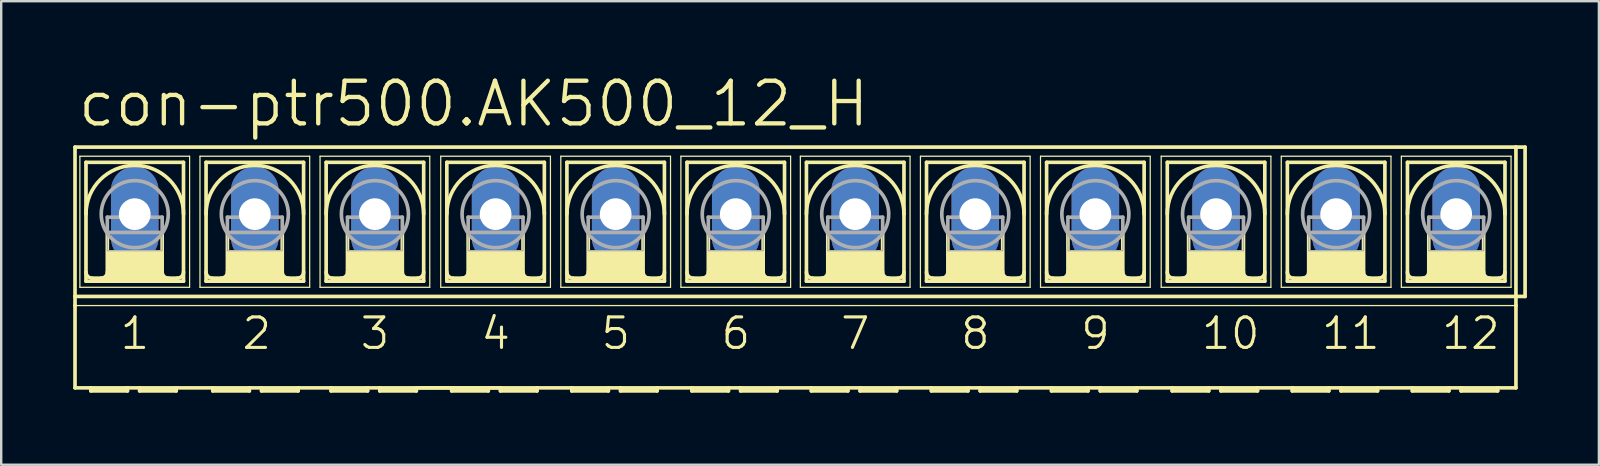
<source format=kicad_pcb>
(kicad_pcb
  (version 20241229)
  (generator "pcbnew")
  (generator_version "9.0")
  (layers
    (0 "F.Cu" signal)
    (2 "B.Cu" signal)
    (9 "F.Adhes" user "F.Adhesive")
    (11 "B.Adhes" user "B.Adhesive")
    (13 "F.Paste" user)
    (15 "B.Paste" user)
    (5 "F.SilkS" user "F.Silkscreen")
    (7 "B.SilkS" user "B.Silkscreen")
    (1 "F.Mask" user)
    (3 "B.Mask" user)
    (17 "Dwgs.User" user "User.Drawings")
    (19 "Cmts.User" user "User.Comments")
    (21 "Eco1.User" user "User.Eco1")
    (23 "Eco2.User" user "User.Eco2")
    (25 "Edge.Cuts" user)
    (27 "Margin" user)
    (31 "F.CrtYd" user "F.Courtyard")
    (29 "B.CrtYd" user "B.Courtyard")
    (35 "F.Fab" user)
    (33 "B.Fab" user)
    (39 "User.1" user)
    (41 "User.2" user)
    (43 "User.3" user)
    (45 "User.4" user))
  (footprint "con-ptr500.AK500_12_H"
    (layer "F.Cu")
    (at 30.099 5.874)
    (property "Reference" "con-ptr500.AK500_12_H" (at -29.997 -3.556 0) (layer "F.SilkS") (effects (font (size 1.778 1.778) (thickness 0.18)) (justify left bottom)))
    (attr through_hole)
    (fp_line (start -30.023 3.429) (end -30.023 -2.794) (stroke (width 0.152) (type default)) (layer "F.SilkS"))
    (fp_line (start -30.023 3.429) (end 30.023 3.429) (stroke (width 0.152) (type default)) (layer "F.SilkS"))
    (fp_line (start -30.023 3.81) (end -30.023 3.429) (stroke (width 0.152) (type default)) (layer "F.SilkS"))
    (fp_line (start -30.023 7.239) (end -30.023 3.81) (stroke (width 0.152) (type default)) (layer "F.SilkS"))
    (fp_line (start -30.023 7.239) (end -29.362 7.239) (stroke (width 0.152) (type default)) (layer "F.SilkS"))
    (fp_line (start -29.82 -2.413) (end -29.82 3.048) (stroke (width 0.051) (type default)) (layer "F.SilkS"))
    (fp_line (start -29.82 -2.413) (end -25.248 -2.413) (stroke (width 0.051) (type default)) (layer "F.SilkS"))
    (fp_line (start -29.566 2.794) (end -29.566 -2.159) (stroke (width 0.152) (type default)) (layer "F.SilkS"))
    (fp_line (start -29.566 2.794) (end -25.502 2.794) (stroke (width 0.152) (type default)) (layer "F.SilkS"))
    (fp_line (start -29.362 7.239) (end -27.838 7.239) (stroke (width 0.152) (type default)) (layer "F.SilkS"))
    (fp_line (start -29.362 7.366) (end -29.362 7.239) (stroke (width 0.152) (type default)) (layer "F.SilkS"))
    (fp_line (start -29.362 7.366) (end -27.838 7.366) (stroke (width 0.152) (type default)) (layer "F.SilkS"))
    (fp_line (start -28.677 0.762) (end -28.677 2.413) (stroke (width 0.152) (type default)) (layer "F.SilkS"))
    (fp_line (start -27.838 7.239) (end -27.838 7.366) (stroke (width 0.152) (type default)) (layer "F.SilkS"))
    (fp_line (start -27.838 7.239) (end -27.33 7.239) (stroke (width 0.152) (type default)) (layer "F.SilkS"))
    (fp_line (start -27.33 7.239) (end -25.806 7.239) (stroke (width 0.152) (type default)) (layer "F.SilkS"))
    (fp_line (start -27.33 7.366) (end -27.33 7.239) (stroke (width 0.152) (type default)) (layer "F.SilkS"))
    (fp_line (start -27.33 7.366) (end -25.806 7.366) (stroke (width 0.152) (type default)) (layer "F.SilkS"))
    (fp_line (start -26.391 0.762) (end -26.391 2.413) (stroke (width 0.152) (type default)) (layer "F.SilkS"))
    (fp_line (start -25.806 7.239) (end -24.282 7.239) (stroke (width 0.152) (type default)) (layer "F.SilkS"))
    (fp_line (start -25.806 7.366) (end -25.806 7.239) (stroke (width 0.152) (type default)) (layer "F.SilkS"))
    (fp_line (start -25.756 2.667) (end -29.312 2.667) (stroke (width 0.152) (type default)) (layer "F.SilkS"))
    (fp_line (start -25.502 -2.159) (end -29.566 -2.159) (stroke (width 0.152) (type default)) (layer "F.SilkS"))
    (fp_line (start -25.502 -2.159) (end -25.502 2.794) (stroke (width 0.152) (type default)) (layer "F.SilkS"))
    (fp_line (start -25.248 -2.413) (end -25.248 3.048) (stroke (width 0.051) (type default)) (layer "F.SilkS"))
    (fp_line (start -25.248 3.048) (end -29.82 3.048) (stroke (width 0.051) (type default)) (layer "F.SilkS"))
    (fp_line (start -24.816 -2.413) (end -24.816 3.048) (stroke (width 0.051) (type default)) (layer "F.SilkS"))
    (fp_line (start -24.816 -2.413) (end -20.244 -2.413) (stroke (width 0.051) (type default)) (layer "F.SilkS"))
    (fp_line (start -24.562 -2.159) (end -24.562 2.794) (stroke (width 0.152) (type default)) (layer "F.SilkS"))
    (fp_line (start -24.562 2.794) (end -20.498 2.794) (stroke (width 0.152) (type default)) (layer "F.SilkS"))
    (fp_line (start -24.282 7.239) (end -22.758 7.239) (stroke (width 0.152) (type default)) (layer "F.SilkS"))
    (fp_line (start -24.282 7.366) (end -24.282 7.239) (stroke (width 0.152) (type default)) (layer "F.SilkS"))
    (fp_line (start -24.282 7.366) (end -22.758 7.366) (stroke (width 0.152) (type default)) (layer "F.SilkS"))
    (fp_line (start -23.673 0.762) (end -23.673 2.413) (stroke (width 0.152) (type default)) (layer "F.SilkS"))
    (fp_line (start -22.758 7.239) (end -22.758 7.366) (stroke (width 0.152) (type default)) (layer "F.SilkS"))
    (fp_line (start -22.758 7.239) (end -22.25 7.239) (stroke (width 0.152) (type default)) (layer "F.SilkS"))
    (fp_line (start -22.25 7.239) (end -20.726 7.239) (stroke (width 0.152) (type default)) (layer "F.SilkS"))
    (fp_line (start -22.25 7.366) (end -22.25 7.239) (stroke (width 0.152) (type default)) (layer "F.SilkS"))
    (fp_line (start -22.25 7.366) (end -20.726 7.366) (stroke (width 0.152) (type default)) (layer "F.SilkS"))
    (fp_line (start -21.387 0.762) (end -21.387 2.413) (stroke (width 0.152) (type default)) (layer "F.SilkS"))
    (fp_line (start -20.752 2.667) (end -24.308 2.667) (stroke (width 0.152) (type default)) (layer "F.SilkS"))
    (fp_line (start -20.726 7.366) (end -20.726 7.239) (stroke (width 0.152) (type default)) (layer "F.SilkS"))
    (fp_line (start -20.498 -2.159) (end -24.562 -2.159) (stroke (width 0.152) (type default)) (layer "F.SilkS"))
    (fp_line (start -20.498 2.794) (end -20.498 -2.159) (stroke (width 0.152) (type default)) (layer "F.SilkS"))
    (fp_line (start -20.244 3.048) (end -24.816 3.048) (stroke (width 0.051) (type default)) (layer "F.SilkS"))
    (fp_line (start -20.244 3.048) (end -20.244 -2.413) (stroke (width 0.051) (type default)) (layer "F.SilkS"))
    (fp_line (start -19.812 -2.413) (end -19.812 3.048) (stroke (width 0.051) (type default)) (layer "F.SilkS"))
    (fp_line (start -19.812 -2.413) (end -15.24 -2.413) (stroke (width 0.051) (type default)) (layer "F.SilkS"))
    (fp_line (start -19.558 2.794) (end -19.558 -2.159) (stroke (width 0.152) (type default)) (layer "F.SilkS"))
    (fp_line (start -19.558 2.794) (end -15.494 2.794) (stroke (width 0.152) (type default)) (layer "F.SilkS"))
    (fp_line (start -19.355 7.239) (end -20.726 7.239) (stroke (width 0.152) (type default)) (layer "F.SilkS"))
    (fp_line (start -19.355 7.239) (end -19.355 7.366) (stroke (width 0.152) (type default)) (layer "F.SilkS"))
    (fp_line (start -19.355 7.239) (end -17.831 7.239) (stroke (width 0.152) (type default)) (layer "F.SilkS"))
    (fp_line (start -19.355 7.366) (end -17.831 7.366) (stroke (width 0.152) (type default)) (layer "F.SilkS"))
    (fp_line (start -18.669 0.762) (end -18.669 2.413) (stroke (width 0.152) (type default)) (layer "F.SilkS"))
    (fp_line (start -17.831 7.239) (end -17.831 7.366) (stroke (width 0.152) (type default)) (layer "F.SilkS"))
    (fp_line (start -17.831 7.239) (end -17.323 7.239) (stroke (width 0.152) (type default)) (layer "F.SilkS"))
    (fp_line (start -17.323 7.239) (end -17.323 7.366) (stroke (width 0.152) (type default)) (layer "F.SilkS"))
    (fp_line (start -17.323 7.239) (end -15.799 7.239) (stroke (width 0.152) (type default)) (layer "F.SilkS"))
    (fp_line (start -17.323 7.366) (end -15.799 7.366) (stroke (width 0.152) (type default)) (layer "F.SilkS"))
    (fp_line (start -16.383 0.762) (end -16.383 2.413) (stroke (width 0.152) (type default)) (layer "F.SilkS"))
    (fp_line (start -15.799 7.366) (end -15.799 7.239) (stroke (width 0.152) (type default)) (layer "F.SilkS"))
    (fp_line (start -15.748 2.667) (end -19.304 2.667) (stroke (width 0.152) (type default)) (layer "F.SilkS"))
    (fp_line (start -15.494 -2.159) (end -19.558 -2.159) (stroke (width 0.152) (type default)) (layer "F.SilkS"))
    (fp_line (start -15.494 -2.159) (end -15.494 2.794) (stroke (width 0.152) (type default)) (layer "F.SilkS"))
    (fp_line (start -15.24 -2.413) (end -15.24 3.048) (stroke (width 0.051) (type default)) (layer "F.SilkS"))
    (fp_line (start -15.24 3.048) (end -19.812 3.048) (stroke (width 0.051) (type default)) (layer "F.SilkS"))
    (fp_line (start -14.783 -2.413) (end -14.783 3.048) (stroke (width 0.051) (type default)) (layer "F.SilkS"))
    (fp_line (start -14.783 -2.413) (end -10.211 -2.413) (stroke (width 0.051) (type default)) (layer "F.SilkS"))
    (fp_line (start -14.529 2.794) (end -14.529 -2.159) (stroke (width 0.152) (type default)) (layer "F.SilkS"))
    (fp_line (start -14.529 2.794) (end -10.465 2.794) (stroke (width 0.152) (type default)) (layer "F.SilkS"))
    (fp_line (start -14.326 7.239) (end -15.697 7.239) (stroke (width 0.152) (type default)) (layer "F.SilkS"))
    (fp_line (start -14.326 7.239) (end -14.326 7.366) (stroke (width 0.152) (type default)) (layer "F.SilkS"))
    (fp_line (start -14.326 7.239) (end -12.802 7.239) (stroke (width 0.152) (type default)) (layer "F.SilkS"))
    (fp_line (start -14.326 7.366) (end -12.802 7.366) (stroke (width 0.152) (type default)) (layer "F.SilkS"))
    (fp_line (start -13.64 0.762) (end -13.64 2.413) (stroke (width 0.152) (type default)) (layer "F.SilkS"))
    (fp_line (start -12.802 7.239) (end -12.802 7.366) (stroke (width 0.152) (type default)) (layer "F.SilkS"))
    (fp_line (start -12.802 7.239) (end -12.294 7.239) (stroke (width 0.152) (type default)) (layer "F.SilkS"))
    (fp_line (start -12.294 7.239) (end -15.799 7.239) (stroke (width 0.152) (type default)) (layer "F.SilkS"))
    (fp_line (start -12.294 7.239) (end -12.294 7.366) (stroke (width 0.152) (type default)) (layer "F.SilkS"))
    (fp_line (start -12.294 7.366) (end -10.77 7.366) (stroke (width 0.152) (type default)) (layer "F.SilkS"))
    (fp_line (start -11.354 0.762) (end -11.354 2.413) (stroke (width 0.152) (type default)) (layer "F.SilkS"))
    (fp_line (start -10.77 7.239) (end -12.294 7.239) (stroke (width 0.152) (type default)) (layer "F.SilkS"))
    (fp_line (start -10.77 7.366) (end -10.77 7.239) (stroke (width 0.152) (type default)) (layer "F.SilkS"))
    (fp_line (start -10.719 2.667) (end -14.275 2.667) (stroke (width 0.152) (type default)) (layer "F.SilkS"))
    (fp_line (start -10.465 -2.159) (end -14.529 -2.159) (stroke (width 0.152) (type default)) (layer "F.SilkS"))
    (fp_line (start -10.465 -2.159) (end -10.465 2.794) (stroke (width 0.152) (type default)) (layer "F.SilkS"))
    (fp_line (start -10.211 -2.413) (end -10.211 3.048) (stroke (width 0.051) (type default)) (layer "F.SilkS"))
    (fp_line (start -10.211 3.048) (end -14.783 3.048) (stroke (width 0.051) (type default)) (layer "F.SilkS"))
    (fp_line (start -9.779 -2.413) (end -9.779 3.048) (stroke (width 0.051) (type default)) (layer "F.SilkS"))
    (fp_line (start -9.779 -2.413) (end -5.207 -2.413) (stroke (width 0.051) (type default)) (layer "F.SilkS"))
    (fp_line (start -9.525 2.794) (end -9.525 -2.159) (stroke (width 0.152) (type default)) (layer "F.SilkS"))
    (fp_line (start -9.525 2.794) (end -5.461 2.794) (stroke (width 0.152) (type default)) (layer "F.SilkS"))
    (fp_line (start -9.322 7.239) (end -10.77 7.239) (stroke (width 0.152) (type default)) (layer "F.SilkS"))
    (fp_line (start -9.322 7.366) (end -9.322 7.239) (stroke (width 0.152) (type default)) (layer "F.SilkS"))
    (fp_line (start -9.322 7.366) (end -7.798 7.366) (stroke (width 0.152) (type default)) (layer "F.SilkS"))
    (fp_line (start -8.636 0.762) (end -8.636 2.413) (stroke (width 0.152) (type default)) (layer "F.SilkS"))
    (fp_line (start -7.798 7.239) (end -9.322 7.239) (stroke (width 0.152) (type default)) (layer "F.SilkS"))
    (fp_line (start -7.798 7.239) (end -7.798 7.366) (stroke (width 0.152) (type default)) (layer "F.SilkS"))
    (fp_line (start -7.29 7.239) (end -7.798 7.239) (stroke (width 0.152) (type default)) (layer "F.SilkS"))
    (fp_line (start -7.29 7.366) (end -7.29 7.239) (stroke (width 0.152) (type default)) (layer "F.SilkS"))
    (fp_line (start -7.29 7.366) (end -5.766 7.366) (stroke (width 0.152) (type default)) (layer "F.SilkS"))
    (fp_line (start -6.35 0.762) (end -6.35 2.413) (stroke (width 0.152) (type default)) (layer "F.SilkS"))
    (fp_line (start -5.766 7.239) (end -7.29 7.239) (stroke (width 0.152) (type default)) (layer "F.SilkS"))
    (fp_line (start -5.766 7.366) (end -5.766 7.239) (stroke (width 0.152) (type default)) (layer "F.SilkS"))
    (fp_line (start -5.715 2.667) (end -9.271 2.667) (stroke (width 0.152) (type default)) (layer "F.SilkS"))
    (fp_line (start -5.461 -2.159) (end -9.525 -2.159) (stroke (width 0.152) (type default)) (layer "F.SilkS"))
    (fp_line (start -5.461 -2.159) (end -5.461 2.794) (stroke (width 0.152) (type default)) (layer "F.SilkS"))
    (fp_line (start -5.207 -2.413) (end -5.207 3.048) (stroke (width 0.051) (type default)) (layer "F.SilkS"))
    (fp_line (start -5.207 3.048) (end -9.779 3.048) (stroke (width 0.051) (type default)) (layer "F.SilkS"))
    (fp_line (start -4.775 -2.413) (end -4.775 3.048) (stroke (width 0.051) (type default)) (layer "F.SilkS"))
    (fp_line (start -4.775 -2.413) (end -0.203 -2.413) (stroke (width 0.051) (type default)) (layer "F.SilkS"))
    (fp_line (start -4.521 2.794) (end -4.521 -2.159) (stroke (width 0.152) (type default)) (layer "F.SilkS"))
    (fp_line (start -4.521 2.794) (end -0.457 2.794) (stroke (width 0.152) (type default)) (layer "F.SilkS"))
    (fp_line (start -4.318 7.239) (end -5.766 7.239) (stroke (width 0.152) (type default)) (layer "F.SilkS"))
    (fp_line (start -4.318 7.366) (end -4.318 7.239) (stroke (width 0.152) (type default)) (layer "F.SilkS"))
    (fp_line (start -4.318 7.366) (end -2.794 7.366) (stroke (width 0.152) (type default)) (layer "F.SilkS"))
    (fp_line (start -3.632 0.762) (end -3.632 2.413) (stroke (width 0.152) (type default)) (layer "F.SilkS"))
    (fp_line (start -2.794 7.239) (end -4.318 7.239) (stroke (width 0.152) (type default)) (layer "F.SilkS"))
    (fp_line (start -2.794 7.239) (end -2.794 7.366) (stroke (width 0.152) (type default)) (layer "F.SilkS"))
    (fp_line (start -2.286 7.239) (end -2.794 7.239) (stroke (width 0.152) (type default)) (layer "F.SilkS"))
    (fp_line (start -2.286 7.239) (end -0.762 7.239) (stroke (width 0.152) (type default)) (layer "F.SilkS"))
    (fp_line (start -2.286 7.366) (end -2.286 7.239) (stroke (width 0.152) (type default)) (layer "F.SilkS"))
    (fp_line (start -2.286 7.366) (end -0.762 7.366) (stroke (width 0.152) (type default)) (layer "F.SilkS"))
    (fp_line (start -1.346 0.762) (end -1.346 2.413) (stroke (width 0.152) (type default)) (layer "F.SilkS"))
    (fp_line (start -0.762 7.239) (end 0.66 7.239) (stroke (width 0.152) (type default)) (layer "F.SilkS"))
    (fp_line (start -0.762 7.366) (end -0.762 7.239) (stroke (width 0.152) (type default)) (layer "F.SilkS"))
    (fp_line (start -0.711 2.667) (end -4.267 2.667) (stroke (width 0.152) (type default)) (layer "F.SilkS"))
    (fp_line (start -0.457 -2.159) (end -4.521 -2.159) (stroke (width 0.152) (type default)) (layer "F.SilkS"))
    (fp_line (start -0.457 -2.159) (end -0.457 2.794) (stroke (width 0.152) (type default)) (layer "F.SilkS"))
    (fp_line (start -0.203 -2.413) (end -0.203 3.048) (stroke (width 0.051) (type default)) (layer "F.SilkS"))
    (fp_line (start -0.203 3.048) (end -4.775 3.048) (stroke (width 0.051) (type default)) (layer "F.SilkS"))
    (fp_line (start 0.203 -2.413) (end 0.203 3.048) (stroke (width 0.051) (type default)) (layer "F.SilkS"))
    (fp_line (start 0.203 -2.413) (end 4.775 -2.413) (stroke (width 0.051) (type default)) (layer "F.SilkS"))
    (fp_line (start 0.457 2.794) (end 0.457 -2.159) (stroke (width 0.152) (type default)) (layer "F.SilkS"))
    (fp_line (start 0.457 2.794) (end 4.521 2.794) (stroke (width 0.152) (type default)) (layer "F.SilkS"))
    (fp_line (start 0.66 7.366) (end 0.66 7.239) (stroke (width 0.152) (type default)) (layer "F.SilkS"))
    (fp_line (start 0.66 7.366) (end 2.184 7.366) (stroke (width 0.152) (type default)) (layer "F.SilkS"))
    (fp_line (start 1.346 0.762) (end 1.346 2.413) (stroke (width 0.152) (type default)) (layer "F.SilkS"))
    (fp_line (start 2.184 7.239) (end 0.66 7.239) (stroke (width 0.152) (type default)) (layer "F.SilkS"))
    (fp_line (start 2.184 7.239) (end 2.184 7.366) (stroke (width 0.152) (type default)) (layer "F.SilkS"))
    (fp_line (start 2.692 7.239) (end 2.184 7.239) (stroke (width 0.152) (type default)) (layer "F.SilkS"))
    (fp_line (start 2.692 7.239) (end 4.216 7.239) (stroke (width 0.152) (type default)) (layer "F.SilkS"))
    (fp_line (start 2.692 7.366) (end 2.692 7.239) (stroke (width 0.152) (type default)) (layer "F.SilkS"))
    (fp_line (start 2.692 7.366) (end 4.216 7.366) (stroke (width 0.152) (type default)) (layer "F.SilkS"))
    (fp_line (start 3.632 0.762) (end 3.632 2.413) (stroke (width 0.152) (type default)) (layer "F.SilkS"))
    (fp_line (start 4.216 7.366) (end 4.216 7.239) (stroke (width 0.152) (type default)) (layer "F.SilkS"))
    (fp_line (start 4.267 2.667) (end 0.711 2.667) (stroke (width 0.152) (type default)) (layer "F.SilkS"))
    (fp_line (start 4.521 -2.159) (end 0.457 -2.159) (stroke (width 0.152) (type default)) (layer "F.SilkS"))
    (fp_line (start 4.521 -2.159) (end 4.521 2.794) (stroke (width 0.152) (type default)) (layer "F.SilkS"))
    (fp_line (start 4.775 -2.413) (end 4.775 3.048) (stroke (width 0.051) (type default)) (layer "F.SilkS"))
    (fp_line (start 4.775 3.048) (end 0.203 3.048) (stroke (width 0.051) (type default)) (layer "F.SilkS"))
    (fp_line (start 5.207 -2.413) (end 5.207 3.048) (stroke (width 0.051) (type default)) (layer "F.SilkS"))
    (fp_line (start 5.207 -2.413) (end 9.779 -2.413) (stroke (width 0.051) (type default)) (layer "F.SilkS"))
    (fp_line (start 5.461 2.794) (end 5.461 -2.159) (stroke (width 0.152) (type default)) (layer "F.SilkS"))
    (fp_line (start 5.461 2.794) (end 9.525 2.794) (stroke (width 0.152) (type default)) (layer "F.SilkS"))
    (fp_line (start 5.664 7.239) (end 4.216 7.239) (stroke (width 0.152) (type default)) (layer "F.SilkS"))
    (fp_line (start 5.664 7.239) (end 7.188 7.239) (stroke (width 0.152) (type default)) (layer "F.SilkS"))
    (fp_line (start 5.664 7.366) (end 5.664 7.239) (stroke (width 0.152) (type default)) (layer "F.SilkS"))
    (fp_line (start 5.664 7.366) (end 7.188 7.366) (stroke (width 0.152) (type default)) (layer "F.SilkS"))
    (fp_line (start 6.35 0.762) (end 6.35 2.413) (stroke (width 0.152) (type default)) (layer "F.SilkS"))
    (fp_line (start 7.188 7.239) (end 7.188 7.366) (stroke (width 0.152) (type default)) (layer "F.SilkS"))
    (fp_line (start 7.188 7.239) (end 7.696 7.239) (stroke (width 0.152) (type default)) (layer "F.SilkS"))
    (fp_line (start 7.696 7.239) (end 9.22 7.239) (stroke (width 0.152) (type default)) (layer "F.SilkS"))
    (fp_line (start 7.696 7.366) (end 7.696 7.239) (stroke (width 0.152) (type default)) (layer "F.SilkS"))
    (fp_line (start 7.696 7.366) (end 9.22 7.366) (stroke (width 0.152) (type default)) (layer "F.SilkS"))
    (fp_line (start 8.636 0.762) (end 8.636 2.413) (stroke (width 0.152) (type default)) (layer "F.SilkS"))
    (fp_line (start 9.22 7.366) (end 9.22 7.239) (stroke (width 0.152) (type default)) (layer "F.SilkS"))
    (fp_line (start 9.271 2.667) (end 5.715 2.667) (stroke (width 0.152) (type default)) (layer "F.SilkS"))
    (fp_line (start 9.525 -2.159) (end 5.461 -2.159) (stroke (width 0.152) (type default)) (layer "F.SilkS"))
    (fp_line (start 9.525 -2.159) (end 9.525 2.794) (stroke (width 0.152) (type default)) (layer "F.SilkS"))
    (fp_line (start 9.779 -2.413) (end 9.779 3.048) (stroke (width 0.051) (type default)) (layer "F.SilkS"))
    (fp_line (start 9.779 3.048) (end 5.207 3.048) (stroke (width 0.051) (type default)) (layer "F.SilkS"))
    (fp_line (start 10.211 -2.413) (end 10.211 3.048) (stroke (width 0.051) (type default)) (layer "F.SilkS"))
    (fp_line (start 10.211 -2.413) (end 14.783 -2.413) (stroke (width 0.051) (type default)) (layer "F.SilkS"))
    (fp_line (start 10.465 2.794) (end 10.465 -2.159) (stroke (width 0.152) (type default)) (layer "F.SilkS"))
    (fp_line (start 10.465 2.794) (end 14.529 2.794) (stroke (width 0.152) (type default)) (layer "F.SilkS"))
    (fp_line (start 10.668 7.239) (end 9.22 7.239) (stroke (width 0.152) (type default)) (layer "F.SilkS"))
    (fp_line (start 10.668 7.239) (end 12.192 7.239) (stroke (width 0.152) (type default)) (layer "F.SilkS"))
    (fp_line (start 10.668 7.366) (end 10.668 7.239) (stroke (width 0.152) (type default)) (layer "F.SilkS"))
    (fp_line (start 10.668 7.366) (end 12.192 7.366) (stroke (width 0.152) (type default)) (layer "F.SilkS"))
    (fp_line (start 11.354 0.762) (end 11.354 2.413) (stroke (width 0.152) (type default)) (layer "F.SilkS"))
    (fp_line (start 12.192 7.239) (end 12.192 7.366) (stroke (width 0.152) (type default)) (layer "F.SilkS"))
    (fp_line (start 12.7 7.239) (end 12.192 7.239) (stroke (width 0.152) (type default)) (layer "F.SilkS"))
    (fp_line (start 12.7 7.366) (end 12.7 7.239) (stroke (width 0.152) (type default)) (layer "F.SilkS"))
    (fp_line (start 12.7 7.366) (end 14.224 7.366) (stroke (width 0.152) (type default)) (layer "F.SilkS"))
    (fp_line (start 13.64 0.762) (end 13.64 2.413) (stroke (width 0.152) (type default)) (layer "F.SilkS"))
    (fp_line (start 14.224 7.239) (end 12.7 7.239) (stroke (width 0.152) (type default)) (layer "F.SilkS"))
    (fp_line (start 14.224 7.366) (end 14.224 7.239) (stroke (width 0.152) (type default)) (layer "F.SilkS"))
    (fp_line (start 14.275 2.667) (end 10.719 2.667) (stroke (width 0.152) (type default)) (layer "F.SilkS"))
    (fp_line (start 14.529 -2.159) (end 10.465 -2.159) (stroke (width 0.152) (type default)) (layer "F.SilkS"))
    (fp_line (start 14.529 -2.159) (end 14.529 2.794) (stroke (width 0.152) (type default)) (layer "F.SilkS"))
    (fp_line (start 14.783 -2.413) (end 14.783 3.048) (stroke (width 0.051) (type default)) (layer "F.SilkS"))
    (fp_line (start 14.783 3.048) (end 10.211 3.048) (stroke (width 0.051) (type default)) (layer "F.SilkS"))
    (fp_line (start 15.24 -2.413) (end 15.24 3.048) (stroke (width 0.051) (type default)) (layer "F.SilkS"))
    (fp_line (start 15.24 -2.413) (end 19.812 -2.413) (stroke (width 0.051) (type default)) (layer "F.SilkS"))
    (fp_line (start 15.494 2.794) (end 15.494 -2.159) (stroke (width 0.152) (type default)) (layer "F.SilkS"))
    (fp_line (start 15.494 2.794) (end 19.558 2.794) (stroke (width 0.152) (type default)) (layer "F.SilkS"))
    (fp_line (start 15.697 7.239) (end 14.224 7.239) (stroke (width 0.152) (type default)) (layer "F.SilkS"))
    (fp_line (start 15.697 7.366) (end 15.697 7.239) (stroke (width 0.152) (type default)) (layer "F.SilkS"))
    (fp_line (start 15.697 7.366) (end 17.221 7.366) (stroke (width 0.152) (type default)) (layer "F.SilkS"))
    (fp_line (start 16.383 0.762) (end 16.383 2.413) (stroke (width 0.152) (type default)) (layer "F.SilkS"))
    (fp_line (start 17.221 7.239) (end 15.697 7.239) (stroke (width 0.152) (type default)) (layer "F.SilkS"))
    (fp_line (start 17.221 7.239) (end 17.221 7.366) (stroke (width 0.152) (type default)) (layer "F.SilkS"))
    (fp_line (start 17.221 7.239) (end 17.729 7.239) (stroke (width 0.152) (type default)) (layer "F.SilkS"))
    (fp_line (start 17.729 7.239) (end 19.253 7.239) (stroke (width 0.152) (type default)) (layer "F.SilkS"))
    (fp_line (start 17.729 7.366) (end 17.729 7.239) (stroke (width 0.152) (type default)) (layer "F.SilkS"))
    (fp_line (start 17.729 7.366) (end 19.253 7.366) (stroke (width 0.152) (type default)) (layer "F.SilkS"))
    (fp_line (start 18.669 0.762) (end 18.669 2.413) (stroke (width 0.152) (type default)) (layer "F.SilkS"))
    (fp_line (start 19.253 7.239) (end 20.701 7.239) (stroke (width 0.152) (type default)) (layer "F.SilkS"))
    (fp_line (start 19.253 7.366) (end 19.253 7.239) (stroke (width 0.152) (type default)) (layer "F.SilkS"))
    (fp_line (start 19.304 2.667) (end 15.748 2.667) (stroke (width 0.152) (type default)) (layer "F.SilkS"))
    (fp_line (start 19.558 -2.159) (end 15.494 -2.159) (stroke (width 0.152) (type default)) (layer "F.SilkS"))
    (fp_line (start 19.558 -2.159) (end 19.558 2.794) (stroke (width 0.152) (type default)) (layer "F.SilkS"))
    (fp_line (start 19.812 -2.413) (end 19.812 3.048) (stroke (width 0.051) (type default)) (layer "F.SilkS"))
    (fp_line (start 19.812 3.048) (end 15.24 3.048) (stroke (width 0.051) (type default)) (layer "F.SilkS"))
    (fp_line (start 20.244 -2.413) (end 20.244 3.048) (stroke (width 0.051) (type default)) (layer "F.SilkS"))
    (fp_line (start 20.244 -2.413) (end 24.816 -2.413) (stroke (width 0.051) (type default)) (layer "F.SilkS"))
    (fp_line (start 20.498 2.794) (end 20.498 -2.159) (stroke (width 0.152) (type default)) (layer "F.SilkS"))
    (fp_line (start 20.498 2.794) (end 24.562 2.794) (stroke (width 0.152) (type default)) (layer "F.SilkS"))
    (fp_line (start 20.701 7.239) (end 22.225 7.239) (stroke (width 0.152) (type default)) (layer "F.SilkS"))
    (fp_line (start 20.701 7.366) (end 20.701 7.239) (stroke (width 0.152) (type default)) (layer "F.SilkS"))
    (fp_line (start 20.701 7.366) (end 22.225 7.366) (stroke (width 0.152) (type default)) (layer "F.SilkS"))
    (fp_line (start 21.387 0.762) (end 21.387 2.413) (stroke (width 0.152) (type default)) (layer "F.SilkS"))
    (fp_line (start 22.225 7.239) (end 22.225 7.366) (stroke (width 0.152) (type default)) (layer "F.SilkS"))
    (fp_line (start 22.225 7.239) (end 22.733 7.239) (stroke (width 0.152) (type default)) (layer "F.SilkS"))
    (fp_line (start 22.733 7.366) (end 22.733 7.239) (stroke (width 0.152) (type default)) (layer "F.SilkS"))
    (fp_line (start 22.733 7.366) (end 24.257 7.366) (stroke (width 0.152) (type default)) (layer "F.SilkS"))
    (fp_line (start 23.673 0.762) (end 23.673 2.413) (stroke (width 0.152) (type default)) (layer "F.SilkS"))
    (fp_line (start 24.257 7.239) (end 22.733 7.239) (stroke (width 0.152) (type default)) (layer "F.SilkS"))
    (fp_line (start 24.257 7.239) (end 25.705 7.239) (stroke (width 0.152) (type default)) (layer "F.SilkS"))
    (fp_line (start 24.257 7.366) (end 24.257 7.239) (stroke (width 0.152) (type default)) (layer "F.SilkS"))
    (fp_line (start 24.308 2.667) (end 20.752 2.667) (stroke (width 0.152) (type default)) (layer "F.SilkS"))
    (fp_line (start 24.562 -2.159) (end 20.498 -2.159) (stroke (width 0.152) (type default)) (layer "F.SilkS"))
    (fp_line (start 24.562 -2.159) (end 24.562 2.794) (stroke (width 0.152) (type default)) (layer "F.SilkS"))
    (fp_line (start 24.816 -2.413) (end 24.816 3.048) (stroke (width 0.051) (type default)) (layer "F.SilkS"))
    (fp_line (start 24.816 3.048) (end 20.244 3.048) (stroke (width 0.051) (type default)) (layer "F.SilkS"))
    (fp_line (start 25.248 -2.413) (end 25.248 3.048) (stroke (width 0.051) (type default)) (layer "F.SilkS"))
    (fp_line (start 25.248 -2.413) (end 29.82 -2.413) (stroke (width 0.051) (type default)) (layer "F.SilkS"))
    (fp_line (start 25.502 2.794) (end 25.502 -2.159) (stroke (width 0.152) (type default)) (layer "F.SilkS"))
    (fp_line (start 25.502 2.794) (end 29.566 2.794) (stroke (width 0.152) (type default)) (layer "F.SilkS"))
    (fp_line (start 25.705 7.366) (end 25.705 7.239) (stroke (width 0.152) (type default)) (layer "F.SilkS"))
    (fp_line (start 25.705 7.366) (end 27.229 7.366) (stroke (width 0.152) (type default)) (layer "F.SilkS"))
    (fp_line (start 26.391 0.762) (end 26.391 2.413) (stroke (width 0.152) (type default)) (layer "F.SilkS"))
    (fp_line (start 27.229 7.239) (end 25.705 7.239) (stroke (width 0.152) (type default)) (layer "F.SilkS"))
    (fp_line (start 27.229 7.239) (end 27.229 7.366) (stroke (width 0.152) (type default)) (layer "F.SilkS"))
    (fp_line (start 27.229 7.239) (end 27.737 7.239) (stroke (width 0.152) (type default)) (layer "F.SilkS"))
    (fp_line (start 27.737 7.239) (end 29.261 7.239) (stroke (width 0.152) (type default)) (layer "F.SilkS"))
    (fp_line (start 27.737 7.366) (end 27.737 7.239) (stroke (width 0.152) (type default)) (layer "F.SilkS"))
    (fp_line (start 27.737 7.366) (end 29.261 7.366) (stroke (width 0.152) (type default)) (layer "F.SilkS"))
    (fp_line (start 28.677 0.762) (end 28.677 2.413) (stroke (width 0.152) (type default)) (layer "F.SilkS"))
    (fp_line (start 29.261 7.239) (end 29.261 7.366) (stroke (width 0.152) (type default)) (layer "F.SilkS"))
    (fp_line (start 29.312 2.667) (end 25.756 2.667) (stroke (width 0.152) (type default)) (layer "F.SilkS"))
    (fp_line (start 29.566 -2.159) (end 25.502 -2.159) (stroke (width 0.152) (type default)) (layer "F.SilkS"))
    (fp_line (start 29.566 -2.159) (end 29.566 2.794) (stroke (width 0.152) (type default)) (layer "F.SilkS"))
    (fp_line (start 29.82 -2.413) (end 29.82 3.048) (stroke (width 0.051) (type default)) (layer "F.SilkS"))
    (fp_line (start 29.82 3.048) (end 25.248 3.048) (stroke (width 0.051) (type default)) (layer "F.SilkS"))
    (fp_line (start 30.023 -2.794) (end -30.023 -2.794) (stroke (width 0.152) (type default)) (layer "F.SilkS"))
    (fp_line (start 30.023 -2.794) (end 30.023 3.429) (stroke (width 0.152) (type default)) (layer "F.SilkS"))
    (fp_line (start 30.023 3.429) (end 30.023 3.81) (stroke (width 0.152) (type default)) (layer "F.SilkS"))
    (fp_line (start 30.023 3.81) (end -30.023 3.81) (stroke (width 0.051) (type default)) (layer "F.SilkS"))
    (fp_line (start 30.023 3.81) (end 30.023 7.239) (stroke (width 0.152) (type default)) (layer "F.SilkS"))
    (fp_line (start 30.023 7.239) (end 29.261 7.239) (stroke (width 0.152) (type default)) (layer "F.SilkS"))
    (fp_line (start 30.404 -2.794) (end 30.023 -2.794) (stroke (width 0.152) (type default)) (layer "F.SilkS"))
    (fp_line (start 30.404 -2.794) (end 30.404 3.429) (stroke (width 0.152) (type default)) (layer "F.SilkS"))
    (fp_line (start 30.404 3.429) (end 30.023 3.429) (stroke (width 0.152) (type default)) (layer "F.SilkS"))
    (fp_rect (start -28.677 2.667) (end -26.391 1.524) (stroke (width 0.05) (type default)) (fill yes) (layer "F.SilkS"))
    (fp_rect (start -23.673 2.667) (end -21.387 1.524) (stroke (width 0.05) (type default)) (fill yes) (layer "F.SilkS"))
    (fp_rect (start -18.669 2.667) (end -16.383 1.524) (stroke (width 0.05) (type default)) (fill yes) (layer "F.SilkS"))
    (fp_rect (start -13.64 2.667) (end -11.354 1.524) (stroke (width 0.05) (type default)) (fill yes) (layer "F.SilkS"))
    (fp_rect (start -8.636 2.667) (end -6.35 1.524) (stroke (width 0.05) (type default)) (fill yes) (layer "F.SilkS"))
    (fp_rect (start -3.632 2.667) (end -1.346 1.524) (stroke (width 0.05) (type default)) (fill yes) (layer "F.SilkS"))
    (fp_rect (start 1.346 2.667) (end 3.632 1.524) (stroke (width 0.05) (type default)) (fill yes) (layer "F.SilkS"))
    (fp_rect (start 6.35 2.667) (end 8.636 1.524) (stroke (width 0.05) (type default)) (fill yes) (layer "F.SilkS"))
    (fp_rect (start 11.354 2.667) (end 13.64 1.524) (stroke (width 0.05) (type default)) (fill yes) (layer "F.SilkS"))
    (fp_rect (start 16.383 2.667) (end 18.669 1.524) (stroke (width 0.05) (type default)) (fill yes) (layer "F.SilkS"))
    (fp_rect (start 21.387 2.667) (end 23.673 1.524) (stroke (width 0.05) (type default)) (fill yes) (layer "F.SilkS"))
    (fp_rect (start 26.391 2.667) (end 28.677 1.524) (stroke (width 0.05) (type default)) (fill yes) (layer "F.SilkS"))
    (fp_arc (start -29.5656 0) (mid -27.5336 -2.032) (end -25.5016 0) (stroke (width 0.1524) (type default)) (layer "F.SilkS"))
    (fp_arc (start -29.3116 2.667) (mid -29.491205 2.592605) (end -29.5656 2.413) (stroke (width 0.1524) (type default)) (layer "F.SilkS"))
    (fp_arc (start -28.6766 2.413) (mid -28.750995 2.592605) (end -28.9306 2.667) (stroke (width 0.1524) (type default)) (layer "F.SilkS"))
    (fp_arc (start -26.1366 2.667) (mid -26.316205 2.592605) (end -26.3906 2.413) (stroke (width 0.1524) (type default)) (layer "F.SilkS"))
    (fp_arc (start -25.5016 2.413) (mid -25.575995 2.592605) (end -25.7556 2.667) (stroke (width 0.1524) (type default)) (layer "F.SilkS"))
    (fp_arc (start -24.5618 0) (mid -22.5298 -2.032) (end -20.4978 0) (stroke (width 0.1524) (type default)) (layer "F.SilkS"))
    (fp_arc (start -24.3078 2.667) (mid -24.487405 2.592605) (end -24.5618 2.413) (stroke (width 0.1524) (type default)) (layer "F.SilkS"))
    (fp_arc (start -23.6728 2.413) (mid -23.747195 2.592605) (end -23.9268 2.667) (stroke (width 0.1524) (type default)) (layer "F.SilkS"))
    (fp_arc (start -21.1328 2.667) (mid -21.312405 2.592605) (end -21.3868 2.413) (stroke (width 0.1524) (type default)) (layer "F.SilkS"))
    (fp_arc (start -20.4978 2.413) (mid -20.572195 2.592605) (end -20.7518 2.667) (stroke (width 0.1524) (type default)) (layer "F.SilkS"))
    (fp_arc (start -19.558 0) (mid -17.526 -2.032) (end -15.494 0) (stroke (width 0.1524) (type default)) (layer "F.SilkS"))
    (fp_arc (start -19.304 2.667) (mid -19.483605 2.592605) (end -19.558 2.413) (stroke (width 0.1524) (type default)) (layer "F.SilkS"))
    (fp_arc (start -18.669 2.413) (mid -18.743395 2.592605) (end -18.923 2.667) (stroke (width 0.1524) (type default)) (layer "F.SilkS"))
    (fp_arc (start -16.129 2.667) (mid -16.308605 2.592605) (end -16.383 2.413) (stroke (width 0.1524) (type default)) (layer "F.SilkS"))
    (fp_arc (start -15.494 2.413) (mid -15.568395 2.592605) (end -15.748 2.667) (stroke (width 0.1524) (type default)) (layer "F.SilkS"))
    (fp_arc (start -14.5288 0) (mid -12.4968 -2.032) (end -10.4648 0) (stroke (width 0.1524) (type default)) (layer "F.SilkS"))
    (fp_arc (start -14.2748 2.667) (mid -14.454405 2.592605) (end -14.5288 2.413) (stroke (width 0.1524) (type default)) (layer "F.SilkS"))
    (fp_arc (start -13.6398 2.413) (mid -13.714195 2.592605) (end -13.8938 2.667) (stroke (width 0.1524) (type default)) (layer "F.SilkS"))
    (fp_arc (start -11.0998 2.667) (mid -11.279405 2.592605) (end -11.3538 2.413) (stroke (width 0.1524) (type default)) (layer "F.SilkS"))
    (fp_arc (start -10.4648 2.413) (mid -10.539195 2.592605) (end -10.7188 2.667) (stroke (width 0.1524) (type default)) (layer "F.SilkS"))
    (fp_arc (start -9.525 0) (mid -7.493 -2.032) (end -5.461 0) (stroke (width 0.1524) (type default)) (layer "F.SilkS"))
    (fp_arc (start -9.271 2.667) (mid -9.450605 2.592605) (end -9.525 2.413) (stroke (width 0.1524) (type default)) (layer "F.SilkS"))
    (fp_arc (start -8.636 2.413) (mid -8.710395 2.592605) (end -8.89 2.667) (stroke (width 0.1524) (type default)) (layer "F.SilkS"))
    (fp_arc (start -6.096 2.667) (mid -6.275605 2.592605) (end -6.35 2.413) (stroke (width 0.1524) (type default)) (layer "F.SilkS"))
    (fp_arc (start -5.461 2.413) (mid -5.535395 2.592605) (end -5.715 2.667) (stroke (width 0.1524) (type default)) (layer "F.SilkS"))
    (fp_arc (start -4.5212 0) (mid -2.4892 -2.032) (end -0.4572 0) (stroke (width 0.1524) (type default)) (layer "F.SilkS"))
    (fp_arc (start -4.2672 2.667) (mid -4.446805 2.592605) (end -4.5212 2.413) (stroke (width 0.1524) (type default)) (layer "F.SilkS"))
    (fp_arc (start -3.6322 2.413) (mid -3.706595 2.592605) (end -3.8862 2.667) (stroke (width 0.1524) (type default)) (layer "F.SilkS"))
    (fp_arc (start -1.0922 2.667) (mid -1.271805 2.592605) (end -1.3462 2.413) (stroke (width 0.1524) (type default)) (layer "F.SilkS"))
    (fp_arc (start -0.4572 2.413) (mid -0.531595 2.592605) (end -0.7112 2.667) (stroke (width 0.1524) (type default)) (layer "F.SilkS"))
    (fp_arc (start 0.4572 0) (mid 2.4892 -2.032) (end 4.5212 0) (stroke (width 0.1524) (type default)) (layer "F.SilkS"))
    (fp_arc (start 0.7112 2.667) (mid 0.531595 2.592605) (end 0.4572 2.413) (stroke (width 0.1524) (type default)) (layer "F.SilkS"))
    (fp_arc (start 1.3462 2.413) (mid 1.271805 2.592605) (end 1.0922 2.667) (stroke (width 0.1524) (type default)) (layer "F.SilkS"))
    (fp_arc (start 3.8862 2.667) (mid 3.706595 2.592605) (end 3.6322 2.413) (stroke (width 0.1524) (type default)) (layer "F.SilkS"))
    (fp_arc (start 4.5212 2.413) (mid 4.446805 2.592605) (end 4.2672 2.667) (stroke (width 0.1524) (type default)) (layer "F.SilkS"))
    (fp_arc (start 5.461 0) (mid 7.493 -2.032) (end 9.525 0) (stroke (width 0.1524) (type default)) (layer "F.SilkS"))
    (fp_arc (start 5.715 2.667) (mid 5.535395 2.592605) (end 5.461 2.413) (stroke (width 0.1524) (type default)) (layer "F.SilkS"))
    (fp_arc (start 6.35 2.413) (mid 6.275605 2.592605) (end 6.096 2.667) (stroke (width 0.1524) (type default)) (layer "F.SilkS"))
    (fp_arc (start 8.89 2.667) (mid 8.710395 2.592605) (end 8.636 2.413) (stroke (width 0.1524) (type default)) (layer "F.SilkS"))
    (fp_arc (start 9.525 2.413) (mid 9.450605 2.592605) (end 9.271 2.667) (stroke (width 0.1524) (type default)) (layer "F.SilkS"))
    (fp_arc (start 10.4648 0) (mid 12.4968 -2.032) (end 14.5288 0) (stroke (width 0.1524) (type default)) (layer "F.SilkS"))
    (fp_arc (start 10.7188 2.667) (mid 10.539195 2.592605) (end 10.4648 2.413) (stroke (width 0.1524) (type default)) (layer "F.SilkS"))
    (fp_arc (start 11.3538 2.413) (mid 11.279405 2.592605) (end 11.0998 2.667) (stroke (width 0.1524) (type default)) (layer "F.SilkS"))
    (fp_arc (start 13.8938 2.667) (mid 13.714195 2.592605) (end 13.6398 2.413) (stroke (width 0.1524) (type default)) (layer "F.SilkS"))
    (fp_arc (start 14.5288 2.413) (mid 14.454405 2.592605) (end 14.2748 2.667) (stroke (width 0.1524) (type default)) (layer "F.SilkS"))
    (fp_arc (start 15.494 0) (mid 17.526 -2.032) (end 19.558 0) (stroke (width 0.1524) (type default)) (layer "F.SilkS"))
    (fp_arc (start 15.748 2.667) (mid 15.568395 2.592605) (end 15.494 2.413) (stroke (width 0.1524) (type default)) (layer "F.SilkS"))
    (fp_arc (start 16.383 2.413) (mid 16.308605 2.592605) (end 16.129 2.667) (stroke (width 0.1524) (type default)) (layer "F.SilkS"))
    (fp_arc (start 18.923 2.667) (mid 18.743395 2.592605) (end 18.669 2.413) (stroke (width 0.1524) (type default)) (layer "F.SilkS"))
    (fp_arc (start 19.558 2.413) (mid 19.483605 2.592605) (end 19.304 2.667) (stroke (width 0.1524) (type default)) (layer "F.SilkS"))
    (fp_arc (start 20.4978 0) (mid 22.5298 -2.032) (end 24.5618 0) (stroke (width 0.1524) (type default)) (layer "F.SilkS"))
    (fp_arc (start 20.7518 2.667) (mid 20.572195 2.592605) (end 20.4978 2.413) (stroke (width 0.1524) (type default)) (layer "F.SilkS"))
    (fp_arc (start 21.3868 2.413) (mid 21.312405 2.592605) (end 21.1328 2.667) (stroke (width 0.1524) (type default)) (layer "F.SilkS"))
    (fp_arc (start 23.9268 2.667) (mid 23.747195 2.592605) (end 23.6728 2.413) (stroke (width 0.1524) (type default)) (layer "F.SilkS"))
    (fp_arc (start 24.5618 2.413) (mid 24.487405 2.592605) (end 24.3078 2.667) (stroke (width 0.1524) (type default)) (layer "F.SilkS"))
    (fp_arc (start 25.5016 0) (mid 27.5336 -2.032) (end 29.5656 0) (stroke (width 0.1524) (type default)) (layer "F.SilkS"))
    (fp_arc (start 25.7556 2.667) (mid 25.575995 2.592605) (end 25.5016 2.413) (stroke (width 0.1524) (type default)) (layer "F.SilkS"))
    (fp_arc (start 26.3906 2.413) (mid 26.316205 2.592605) (end 26.1366 2.667) (stroke (width 0.1524) (type default)) (layer "F.SilkS"))
    (fp_arc (start 28.9306 2.667) (mid 28.750995 2.592605) (end 28.6766 2.413) (stroke (width 0.1524) (type default)) (layer "F.SilkS"))
    (fp_arc (start 29.5656 2.413) (mid 29.491205 2.592605) (end 29.3116 2.667) (stroke (width 0.1524) (type default)) (layer "F.SilkS"))
    (fp_line (start -28.677 0.127) (end -28.677 0.762) (stroke (width 0.152) (type default)) (layer "F.Fab"))
    (fp_line (start -28.677 0.127) (end -26.391 0.127) (stroke (width 0.152) (type default)) (layer "F.Fab"))
    (fp_line (start -28.677 0.762) (end -26.391 0.762) (stroke (width 0.152) (type default)) (layer "F.Fab"))
    (fp_line (start -26.391 0.127) (end -26.391 0.762) (stroke (width 0.152) (type default)) (layer "F.Fab"))
    (fp_line (start -23.673 0.127) (end -23.673 0.762) (stroke (width 0.152) (type default)) (layer "F.Fab"))
    (fp_line (start -23.673 0.127) (end -21.387 0.127) (stroke (width 0.152) (type default)) (layer "F.Fab"))
    (fp_line (start -23.673 0.762) (end -21.387 0.762) (stroke (width 0.152) (type default)) (layer "F.Fab"))
    (fp_line (start -21.387 0.127) (end -21.387 0.762) (stroke (width 0.152) (type default)) (layer "F.Fab"))
    (fp_line (start -18.669 0.127) (end -18.669 0.762) (stroke (width 0.152) (type default)) (layer "F.Fab"))
    (fp_line (start -18.669 0.127) (end -16.383 0.127) (stroke (width 0.152) (type default)) (layer "F.Fab"))
    (fp_line (start -18.669 0.762) (end -16.383 0.762) (stroke (width 0.152) (type default)) (layer "F.Fab"))
    (fp_line (start -16.383 0.127) (end -16.383 0.762) (stroke (width 0.152) (type default)) (layer "F.Fab"))
    (fp_line (start -13.64 0.127) (end -13.64 0.762) (stroke (width 0.152) (type default)) (layer "F.Fab"))
    (fp_line (start -13.64 0.127) (end -11.354 0.127) (stroke (width 0.152) (type default)) (layer "F.Fab"))
    (fp_line (start -13.64 0.762) (end -11.354 0.762) (stroke (width 0.152) (type default)) (layer "F.Fab"))
    (fp_line (start -11.354 0.127) (end -11.354 0.762) (stroke (width 0.152) (type default)) (layer "F.Fab"))
    (fp_line (start -8.636 0.127) (end -8.636 0.762) (stroke (width 0.152) (type default)) (layer "F.Fab"))
    (fp_line (start -8.636 0.127) (end -6.35 0.127) (stroke (width 0.152) (type default)) (layer "F.Fab"))
    (fp_line (start -8.636 0.762) (end -6.35 0.762) (stroke (width 0.152) (type default)) (layer "F.Fab"))
    (fp_line (start -6.35 0.127) (end -6.35 0.762) (stroke (width 0.152) (type default)) (layer "F.Fab"))
    (fp_line (start -3.632 0.127) (end -3.632 0.762) (stroke (width 0.152) (type default)) (layer "F.Fab"))
    (fp_line (start -3.632 0.127) (end -1.346 0.127) (stroke (width 0.152) (type default)) (layer "F.Fab"))
    (fp_line (start -3.632 0.762) (end -1.346 0.762) (stroke (width 0.152) (type default)) (layer "F.Fab"))
    (fp_line (start -1.346 0.127) (end -1.346 0.762) (stroke (width 0.152) (type default)) (layer "F.Fab"))
    (fp_line (start 1.346 0.127) (end 1.346 0.762) (stroke (width 0.152) (type default)) (layer "F.Fab"))
    (fp_line (start 1.346 0.127) (end 3.632 0.127) (stroke (width 0.152) (type default)) (layer "F.Fab"))
    (fp_line (start 1.346 0.762) (end 3.632 0.762) (stroke (width 0.152) (type default)) (layer "F.Fab"))
    (fp_line (start 3.632 0.127) (end 3.632 0.762) (stroke (width 0.152) (type default)) (layer "F.Fab"))
    (fp_line (start 6.35 0.127) (end 6.35 0.762) (stroke (width 0.152) (type default)) (layer "F.Fab"))
    (fp_line (start 6.35 0.127) (end 8.636 0.127) (stroke (width 0.152) (type default)) (layer "F.Fab"))
    (fp_line (start 6.35 0.762) (end 8.636 0.762) (stroke (width 0.152) (type default)) (layer "F.Fab"))
    (fp_line (start 8.636 0.127) (end 8.636 0.762) (stroke (width 0.152) (type default)) (layer "F.Fab"))
    (fp_line (start 11.354 0.127) (end 11.354 0.762) (stroke (width 0.152) (type default)) (layer "F.Fab"))
    (fp_line (start 11.354 0.127) (end 13.64 0.127) (stroke (width 0.152) (type default)) (layer "F.Fab"))
    (fp_line (start 11.354 0.762) (end 13.64 0.762) (stroke (width 0.152) (type default)) (layer "F.Fab"))
    (fp_line (start 13.64 0.127) (end 13.64 0.762) (stroke (width 0.152) (type default)) (layer "F.Fab"))
    (fp_line (start 16.383 0.127) (end 16.383 0.762) (stroke (width 0.152) (type default)) (layer "F.Fab"))
    (fp_line (start 16.383 0.127) (end 18.669 0.127) (stroke (width 0.152) (type default)) (layer "F.Fab"))
    (fp_line (start 16.383 0.762) (end 18.669 0.762) (stroke (width 0.152) (type default)) (layer "F.Fab"))
    (fp_line (start 18.669 0.127) (end 18.669 0.762) (stroke (width 0.152) (type default)) (layer "F.Fab"))
    (fp_line (start 21.387 0.127) (end 21.387 0.762) (stroke (width 0.152) (type default)) (layer "F.Fab"))
    (fp_line (start 21.387 0.127) (end 23.673 0.127) (stroke (width 0.152) (type default)) (layer "F.Fab"))
    (fp_line (start 21.387 0.762) (end 23.673 0.762) (stroke (width 0.152) (type default)) (layer "F.Fab"))
    (fp_line (start 23.673 0.127) (end 23.673 0.762) (stroke (width 0.152) (type default)) (layer "F.Fab"))
    (fp_line (start 26.391 0.127) (end 26.391 0.762) (stroke (width 0.152) (type default)) (layer "F.Fab"))
    (fp_line (start 26.391 0.127) (end 28.677 0.127) (stroke (width 0.152) (type default)) (layer "F.Fab"))
    (fp_line (start 26.391 0.762) (end 28.677 0.762) (stroke (width 0.152) (type default)) (layer "F.Fab"))
    (fp_line (start 28.677 0.127) (end 28.677 0.762) (stroke (width 0.152) (type default)) (layer "F.Fab"))
    (fp_rect (start -28.677 1.524) (end -26.391 0.762) (stroke (width 0.05) (type default)) (fill no) (layer "F.Fab"))
    (fp_rect (start -23.673 1.524) (end -21.387 0.762) (stroke (width 0.05) (type default)) (fill no) (layer "F.Fab"))
    (fp_rect (start -18.669 1.524) (end -16.383 0.762) (stroke (width 0.05) (type default)) (fill no) (layer "F.Fab"))
    (fp_rect (start -13.64 1.524) (end -11.354 0.762) (stroke (width 0.05) (type default)) (fill no) (layer "F.Fab"))
    (fp_rect (start -8.636 1.524) (end -6.35 0.762) (stroke (width 0.05) (type default)) (fill no) (layer "F.Fab"))
    (fp_rect (start -3.632 1.524) (end -1.346 0.762) (stroke (width 0.05) (type default)) (fill no) (layer "F.Fab"))
    (fp_rect (start 1.346 1.524) (end 3.632 0.762) (stroke (width 0.05) (type default)) (fill no) (layer "F.Fab"))
    (fp_rect (start 6.35 1.524) (end 8.636 0.762) (stroke (width 0.05) (type default)) (fill no) (layer "F.Fab"))
    (fp_rect (start 11.354 1.524) (end 13.64 0.762) (stroke (width 0.05) (type default)) (fill no) (layer "F.Fab"))
    (fp_rect (start 16.383 1.524) (end 18.669 0.762) (stroke (width 0.05) (type default)) (fill no) (layer "F.Fab"))
    (fp_rect (start 21.387 1.524) (end 23.673 0.762) (stroke (width 0.05) (type default)) (fill no) (layer "F.Fab"))
    (fp_rect (start 26.391 1.524) (end 28.677 0.762) (stroke (width 0.05) (type default)) (fill no) (layer "F.Fab"))
    (fp_circle (center -27.534 0) (end -26.137 0) (stroke (width 0.152) (type default)) (fill no) (layer "F.Fab"))
    (fp_circle (center -22.53 0) (end -21.133 0) (stroke (width 0.152) (type default)) (fill no) (layer "F.Fab"))
    (fp_circle (center -17.526 0) (end -16.129 0) (stroke (width 0.152) (type default)) (fill no) (layer "F.Fab"))
    (fp_circle (center -12.497 0) (end -11.1 0) (stroke (width 0.152) (type default)) (fill no) (layer "F.Fab"))
    (fp_circle (center -7.493 0) (end -6.096 0) (stroke (width 0.152) (type default)) (fill no) (layer "F.Fab"))
    (fp_circle (center -2.489 0) (end -1.092 0) (stroke (width 0.152) (type default)) (fill no) (layer "F.Fab"))
    (fp_circle (center 2.489 0) (end 3.886 0) (stroke (width 0.152) (type default)) (fill no) (layer "F.Fab"))
    (fp_circle (center 7.493 0) (end 8.89 0) (stroke (width 0.152) (type default)) (fill no) (layer "F.Fab"))
    (fp_circle (center 12.497 0) (end 13.894 0) (stroke (width 0.152) (type default)) (fill no) (layer "F.Fab"))
    (fp_circle (center 17.526 0) (end 18.923 0) (stroke (width 0.152) (type default)) (fill no) (layer "F.Fab"))
    (fp_circle (center 22.53 0) (end 23.927 0) (stroke (width 0.152) (type default)) (fill no) (layer "F.Fab"))
    (fp_circle (center 27.534 0) (end 28.931 0) (stroke (width 0.152) (type default)) (fill no) (layer "F.Fab"))
    (fp_text user "12" (at 26.848 5.715 0) (layer "F.SilkS") (effects (font (size 1.27 1.27) (thickness 0.13)) (justify left bottom)))
    (fp_text user "6" (at -3.175 5.715 0) (layer "F.SilkS") (effects (font (size 1.27 1.27) (thickness 0.13)) (justify left bottom)))
    (fp_text user "11" (at 21.844 5.715 0) (layer "F.SilkS") (effects (font (size 1.27 1.27) (thickness 0.13)) (justify left bottom)))
    (fp_text user "7" (at 1.803 5.715 0) (layer "F.SilkS") (effects (font (size 1.27 1.27) (thickness 0.13)) (justify left bottom)))
    (fp_text user "3" (at -18.212 5.715 0) (layer "F.SilkS") (effects (font (size 1.27 1.27) (thickness 0.13)) (justify left bottom)))
    (fp_text user "1" (at -28.219 5.715 0) (layer "F.SilkS") (effects (font (size 1.27 1.27) (thickness 0.13)) (justify left bottom)))
    (fp_text user "4" (at -13.183 5.715 0) (layer "F.SilkS") (effects (font (size 1.27 1.27) (thickness 0.13)) (justify left bottom)))
    (fp_text user "5" (at -8.179 5.715 0) (layer "F.SilkS") (effects (font (size 1.27 1.27) (thickness 0.13)) (justify left bottom)))
    (fp_text user "10" (at 16.84 5.715 0) (layer "F.SilkS") (effects (font (size 1.27 1.27) (thickness 0.13)) (justify left bottom)))
    (fp_text user "2" (at -23.139 5.715 0) (layer "F.SilkS") (effects (font (size 1.27 1.27) (thickness 0.13)) (justify left bottom)))
    (fp_text user "9" (at 11.811 5.715 0) (layer "F.SilkS") (effects (font (size 1.27 1.27) (thickness 0.13)) (justify left bottom)))
    (fp_text user "8" (at 6.807 5.715 0) (layer "F.SilkS") (effects (font (size 1.27 1.27) (thickness 0.13)) (justify left bottom)))
    (pad "1" thru_hole oval (at -27.534 0 90) (size 3.962 1.981) (drill 1.321) (layers "*.Cu" "*.Mask"))
    (pad "2" thru_hole oval (at -22.53 0 90) (size 3.962 1.981) (drill 1.321) (layers "*.Cu" "*.Mask"))
    (pad "3" thru_hole oval (at -17.526 0 90) (size 3.962 1.981) (drill 1.321) (layers "*.Cu" "*.Mask"))
    (pad "4" thru_hole oval (at -12.497 0 90) (size 3.962 1.981) (drill 1.321) (layers "*.Cu" "*.Mask"))
    (pad "5" thru_hole oval (at -7.493 0 90) (size 3.962 1.981) (drill 1.321) (layers "*.Cu" "*.Mask"))
    (pad "6" thru_hole oval (at -2.489 0 90) (size 3.962 1.981) (drill 1.321) (layers "*.Cu" "*.Mask"))
    (pad "7" thru_hole oval (at 2.489 0 90) (size 3.962 1.981) (drill 1.321) (layers "*.Cu" "*.Mask"))
    (pad "8" thru_hole oval (at 7.493 0 90) (size 3.962 1.981) (drill 1.321) (layers "*.Cu" "*.Mask"))
    (pad "9" thru_hole oval (at 12.497 0 90) (size 3.962 1.981) (drill 1.321) (layers "*.Cu" "*.Mask"))
    (pad "10" thru_hole oval (at 17.526 0 90) (size 3.962 1.981) (drill 1.321) (layers "*.Cu" "*.Mask"))
    (pad "11" thru_hole oval (at 22.53 0 90) (size 3.962 1.981) (drill 1.321) (layers "*.Cu" "*.Mask"))
    (pad "12" thru_hole oval (at 27.534 0 90) (size 3.962 1.981) (drill 1.321) (layers "*.Cu" "*.Mask")))
  (gr_rect
    (start -3 -3)
    (end 63.579 16.316)
    (stroke (width 0.1) (type default))
    (fill no)
    (layer "Edge.Cuts")))
</source>
